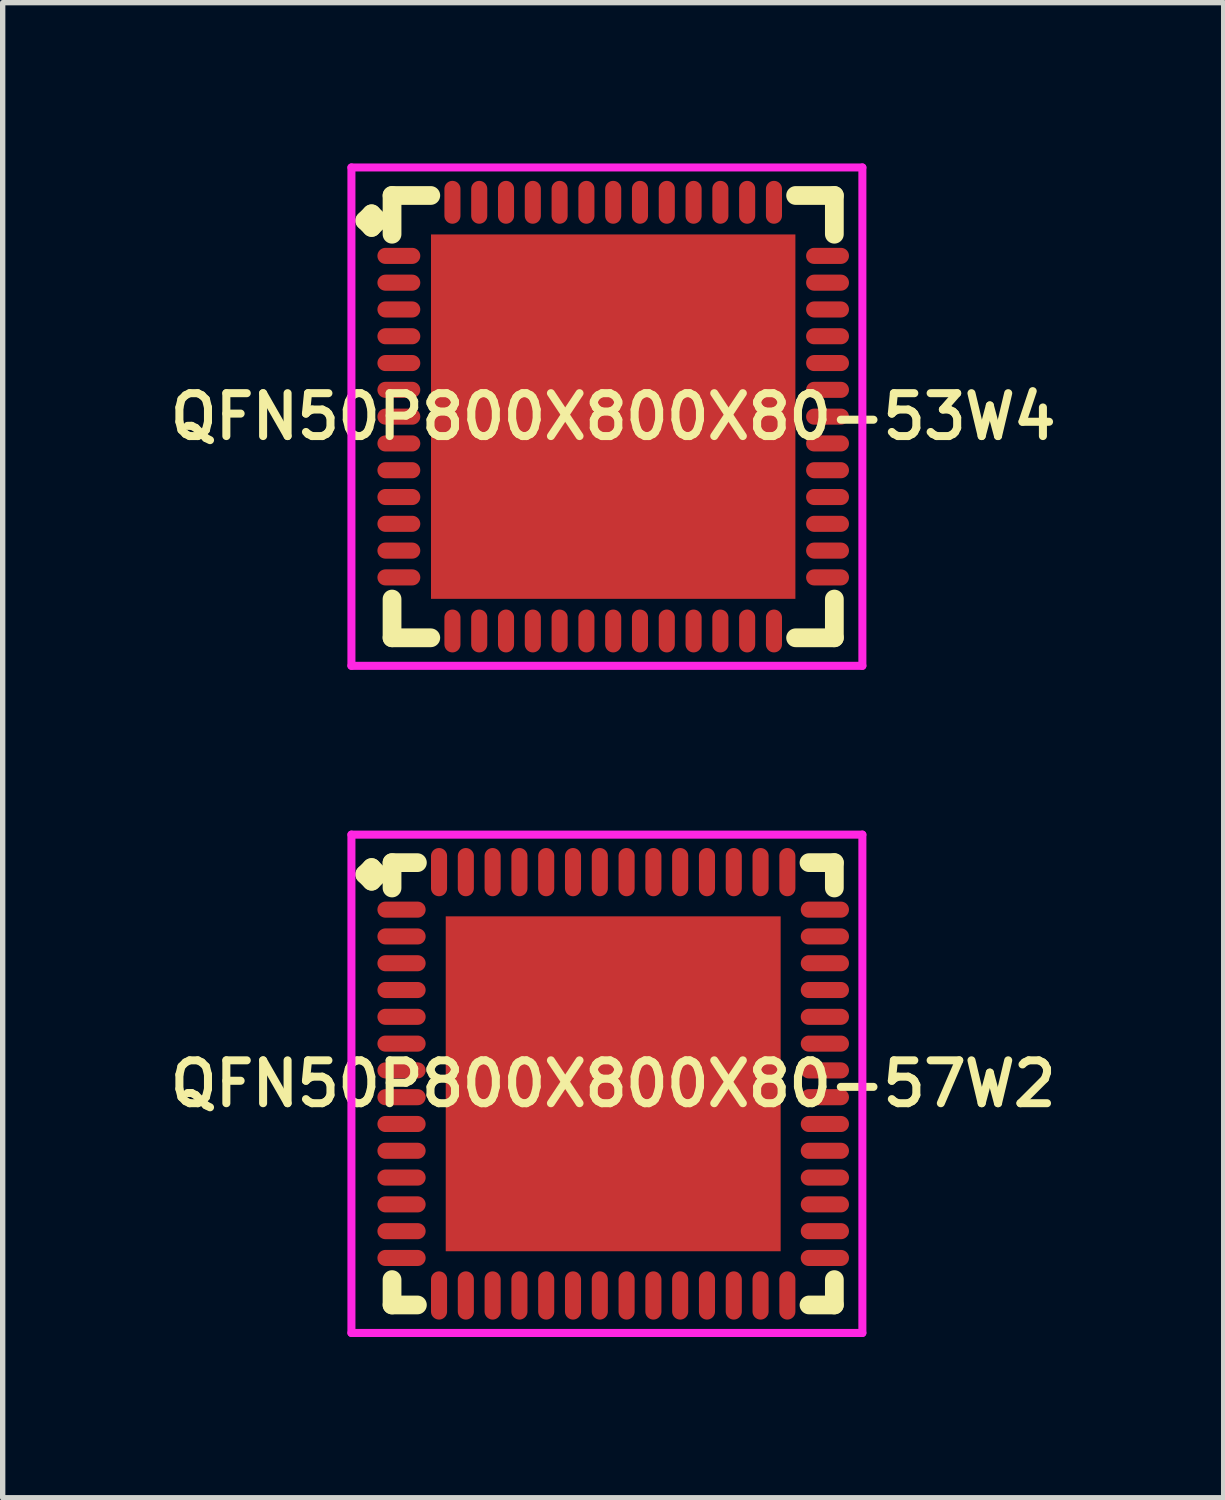
<source format=kicad_pcb>
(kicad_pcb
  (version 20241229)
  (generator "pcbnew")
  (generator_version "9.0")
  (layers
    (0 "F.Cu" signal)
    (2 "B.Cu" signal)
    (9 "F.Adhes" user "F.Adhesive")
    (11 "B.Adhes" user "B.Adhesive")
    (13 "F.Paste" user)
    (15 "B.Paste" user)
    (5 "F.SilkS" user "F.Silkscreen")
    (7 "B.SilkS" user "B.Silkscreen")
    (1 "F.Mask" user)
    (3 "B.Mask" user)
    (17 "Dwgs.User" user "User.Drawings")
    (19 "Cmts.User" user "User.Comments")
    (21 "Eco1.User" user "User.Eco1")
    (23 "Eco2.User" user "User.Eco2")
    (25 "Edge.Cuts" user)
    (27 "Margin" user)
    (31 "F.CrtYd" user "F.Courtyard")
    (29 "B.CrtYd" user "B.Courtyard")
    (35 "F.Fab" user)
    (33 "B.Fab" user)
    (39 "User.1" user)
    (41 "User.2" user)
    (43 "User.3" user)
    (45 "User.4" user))
  (footprint "QFN50P800X800X80-53W4"
    (layer "F.Cu")
    (at 8.393 4.725)
    (property "Reference" "QFN50P800X800X80-53W4" (at 0 0 0) (layer "F.SilkS") (effects (font (size 0.8 0.8) (thickness 0.15))))
    (attr smd)
    (fp_line (start -4.635 -3.658) (end -4.508 -3.785) (stroke (width 0.35) (type solid)) (layer "F.SilkS"))
    (fp_line (start -4.508 -3.785) (end -4.381 -3.658) (stroke (width 0.35) (type solid)) (layer "F.SilkS"))
    (fp_line (start -4.508 -3.531) (end -4.635 -3.658) (stroke (width 0.35) (type solid)) (layer "F.SilkS"))
    (fp_line (start -4.381 -3.658) (end -4.508 -3.531) (stroke (width 0.35) (type solid)) (layer "F.SilkS"))
    (fp_line (start -4.127 -4.127) (end -3.404 -4.127) (stroke (width 0.35) (type solid)) (layer "F.SilkS"))
    (fp_line (start -4.127 -3.404) (end -4.127 -4.127) (stroke (width 0.35) (type solid)) (layer "F.SilkS"))
    (fp_line (start -4.127 3.404) (end -4.127 4.127) (stroke (width 0.35) (type solid)) (layer "F.SilkS"))
    (fp_line (start -4.127 4.127) (end -3.404 4.127) (stroke (width 0.35) (type solid)) (layer "F.SilkS"))
    (fp_line (start 3.404 -4.127) (end 4.127 -4.127) (stroke (width 0.35) (type solid)) (layer "F.SilkS"))
    (fp_line (start 3.404 4.127) (end 4.127 4.127) (stroke (width 0.35) (type solid)) (layer "F.SilkS"))
    (fp_line (start 4.127 -4.127) (end 4.127 -3.404) (stroke (width 0.35) (type solid)) (layer "F.SilkS"))
    (fp_line (start 4.127 4.127) (end 4.127 3.404) (stroke (width 0.35) (type solid)) (layer "F.SilkS"))
    (fp_line (start -4.885 -4.65) (end 4.65 -4.65) (stroke (width 0.15) (type solid)) (layer "F.CrtYd"))
    (fp_line (start -4.885 4.65) (end -4.885 -4.65) (stroke (width 0.15) (type solid)) (layer "F.CrtYd"))
    (fp_line (start 4.65 -4.65) (end 4.65 4.65) (stroke (width 0.15) (type solid)) (layer "F.CrtYd"))
    (fp_line (start 4.65 4.65) (end -4.885 4.65) (stroke (width 0.15) (type solid)) (layer "F.CrtYd"))
    (pad "1" smd oval (at -4 -3) (size 0.8 0.3) (layers "F.Cu" "F.Mask" "F.Paste"))
    (pad "2" smd oval (at -4 -2.5) (size 0.8 0.3) (layers "F.Cu" "F.Mask" "F.Paste"))
    (pad "3" smd oval (at -4 -2) (size 0.8 0.3) (layers "F.Cu" "F.Mask" "F.Paste"))
    (pad "4" smd oval (at -4 -1.5) (size 0.8 0.3) (layers "F.Cu" "F.Mask" "F.Paste"))
    (pad "5" smd oval (at -4 -1) (size 0.8 0.3) (layers "F.Cu" "F.Mask" "F.Paste"))
    (pad "6" smd oval (at -4 -0.5) (size 0.8 0.3) (layers "F.Cu" "F.Mask" "F.Paste"))
    (pad "7" smd oval (at -4 0) (size 0.8 0.3) (layers "F.Cu" "F.Mask" "F.Paste"))
    (pad "8" smd oval (at -4 0.5) (size 0.8 0.3) (layers "F.Cu" "F.Mask" "F.Paste"))
    (pad "9" smd oval (at -4 1) (size 0.8 0.3) (layers "F.Cu" "F.Mask" "F.Paste"))
    (pad "10" smd oval (at -4 1.5) (size 0.8 0.3) (layers "F.Cu" "F.Mask" "F.Paste"))
    (pad "11" smd oval (at -4 2) (size 0.8 0.3) (layers "F.Cu" "F.Mask" "F.Paste"))
    (pad "12" smd oval (at -4 2.5) (size 0.8 0.3) (layers "F.Cu" "F.Mask" "F.Paste"))
    (pad "13" smd oval (at -4 3) (size 0.8 0.3) (layers "F.Cu" "F.Mask" "F.Paste"))
    (pad "14" smd oval (at -3 4) (size 0.3 0.8) (layers "F.Cu" "F.Mask" "F.Paste"))
    (pad "15" smd oval (at -2.5 4) (size 0.3 0.8) (layers "F.Cu" "F.Mask" "F.Paste"))
    (pad "16" smd oval (at -2 4) (size 0.3 0.8) (layers "F.Cu" "F.Mask" "F.Paste"))
    (pad "17" smd oval (at -1.5 4) (size 0.3 0.8) (layers "F.Cu" "F.Mask" "F.Paste"))
    (pad "18" smd oval (at -1 4) (size 0.3 0.8) (layers "F.Cu" "F.Mask" "F.Paste"))
    (pad "19" smd oval (at -0.5 4) (size 0.3 0.8) (layers "F.Cu" "F.Mask" "F.Paste"))
    (pad "20" smd oval (at 0 4) (size 0.3 0.8) (layers "F.Cu" "F.Mask" "F.Paste"))
    (pad "21" smd oval (at 0.5 4) (size 0.3 0.8) (layers "F.Cu" "F.Mask" "F.Paste"))
    (pad "22" smd oval (at 1 4) (size 0.3 0.8) (layers "F.Cu" "F.Mask" "F.Paste"))
    (pad "23" smd oval (at 1.5 4) (size 0.3 0.8) (layers "F.Cu" "F.Mask" "F.Paste"))
    (pad "24" smd oval (at 2 4) (size 0.3 0.8) (layers "F.Cu" "F.Mask" "F.Paste"))
    (pad "25" smd oval (at 2.5 4) (size 0.3 0.8) (layers "F.Cu" "F.Mask" "F.Paste"))
    (pad "26" smd oval (at 3 4) (size 0.3 0.8) (layers "F.Cu" "F.Mask" "F.Paste"))
    (pad "27" smd oval (at 4 3) (size 0.8 0.3) (layers "F.Cu" "F.Mask" "F.Paste"))
    (pad "28" smd oval (at 4 2.5) (size 0.8 0.3) (layers "F.Cu" "F.Mask" "F.Paste"))
    (pad "29" smd oval (at 4 2) (size 0.8 0.3) (layers "F.Cu" "F.Mask" "F.Paste"))
    (pad "30" smd oval (at 4 1.5) (size 0.8 0.3) (layers "F.Cu" "F.Mask" "F.Paste"))
    (pad "31" smd oval (at 4 1) (size 0.8 0.3) (layers "F.Cu" "F.Mask" "F.Paste"))
    (pad "32" smd oval (at 4 0.5) (size 0.8 0.3) (layers "F.Cu" "F.Mask" "F.Paste"))
    (pad "33" smd oval (at 4 0) (size 0.8 0.3) (layers "F.Cu" "F.Mask" "F.Paste"))
    (pad "34" smd oval (at 4 -0.5) (size 0.8 0.3) (layers "F.Cu" "F.Mask" "F.Paste"))
    (pad "35" smd oval (at 4 -1) (size 0.8 0.3) (layers "F.Cu" "F.Mask" "F.Paste"))
    (pad "36" smd oval (at 4 -1.5) (size 0.8 0.3) (layers "F.Cu" "F.Mask" "F.Paste"))
    (pad "37" smd oval (at 4 -2) (size 0.8 0.3) (layers "F.Cu" "F.Mask" "F.Paste"))
    (pad "38" smd oval (at 4 -2.5) (size 0.8 0.3) (layers "F.Cu" "F.Mask" "F.Paste"))
    (pad "39" smd oval (at 4 -3) (size 0.8 0.3) (layers "F.Cu" "F.Mask" "F.Paste"))
    (pad "40" smd oval (at 3 -4) (size 0.3 0.8) (layers "F.Cu" "F.Mask" "F.Paste"))
    (pad "41" smd oval (at 2.5 -4) (size 0.3 0.8) (layers "F.Cu" "F.Mask" "F.Paste"))
    (pad "42" smd oval (at 2 -4) (size 0.3 0.8) (layers "F.Cu" "F.Mask" "F.Paste"))
    (pad "43" smd oval (at 1.5 -4) (size 0.3 0.8) (layers "F.Cu" "F.Mask" "F.Paste"))
    (pad "44" smd oval (at 1 -4) (size 0.3 0.8) (layers "F.Cu" "F.Mask" "F.Paste"))
    (pad "45" smd oval (at 0.5 -4) (size 0.3 0.8) (layers "F.Cu" "F.Mask" "F.Paste"))
    (pad "46" smd oval (at 0 -4) (size 0.3 0.8) (layers "F.Cu" "F.Mask" "F.Paste"))
    (pad "47" smd oval (at -0.5 -4) (size 0.3 0.8) (layers "F.Cu" "F.Mask" "F.Paste"))
    (pad "48" smd oval (at -1 -4) (size 0.3 0.8) (layers "F.Cu" "F.Mask" "F.Paste"))
    (pad "49" smd oval (at -1.5 -4) (size 0.3 0.8) (layers "F.Cu" "F.Mask" "F.Paste"))
    (pad "50" smd oval (at -2 -4) (size 0.3 0.8) (layers "F.Cu" "F.Mask" "F.Paste"))
    (pad "51" smd oval (at -2.5 -4) (size 0.3 0.8) (layers "F.Cu" "F.Mask" "F.Paste"))
    (pad "52" smd oval (at -3 -4) (size 0.3 0.8) (layers "F.Cu" "F.Mask" "F.Paste"))
    (pad "53" smd rect (at 0 0) (size 6.8 6.8) (layers "F.Cu" "F.Mask" "F.Paste")))
  (footprint "QFN50P800X800X80-57W2"
    (layer "F.Cu")
    (at 8.393 17.175)
    (property "Reference" "QFN50P800X800X80-57W2" (at 0 0 0) (layer "F.SilkS") (effects (font (size 0.8 0.8) (thickness 0.15))))
    (attr smd)
    (fp_line (start -4.635 -3.908) (end -4.508 -4.035) (stroke (width 0.35) (type solid)) (layer "F.SilkS"))
    (fp_line (start -4.508 -4.035) (end -4.381 -3.908) (stroke (width 0.35) (type solid)) (layer "F.SilkS"))
    (fp_line (start -4.508 -3.781) (end -4.635 -3.908) (stroke (width 0.35) (type solid)) (layer "F.SilkS"))
    (fp_line (start -4.381 -3.908) (end -4.508 -3.781) (stroke (width 0.35) (type solid)) (layer "F.SilkS"))
    (fp_line (start -4.127 -4.127) (end -3.654 -4.127) (stroke (width 0.35) (type solid)) (layer "F.SilkS"))
    (fp_line (start -4.127 -3.654) (end -4.127 -4.127) (stroke (width 0.35) (type solid)) (layer "F.SilkS"))
    (fp_line (start -4.127 3.654) (end -4.127 4.127) (stroke (width 0.35) (type solid)) (layer "F.SilkS"))
    (fp_line (start -4.127 4.127) (end -3.654 4.127) (stroke (width 0.35) (type solid)) (layer "F.SilkS"))
    (fp_line (start 3.654 -4.127) (end 4.127 -4.127) (stroke (width 0.35) (type solid)) (layer "F.SilkS"))
    (fp_line (start 3.654 4.127) (end 4.127 4.127) (stroke (width 0.35) (type solid)) (layer "F.SilkS"))
    (fp_line (start 4.127 -4.127) (end 4.127 -3.654) (stroke (width 0.35) (type solid)) (layer "F.SilkS"))
    (fp_line (start 4.127 4.127) (end 4.127 3.654) (stroke (width 0.35) (type solid)) (layer "F.SilkS"))
    (fp_line (start -4.885 -4.65) (end 4.65 -4.65) (stroke (width 0.15) (type solid)) (layer "F.CrtYd"))
    (fp_line (start -4.885 4.65) (end -4.885 -4.65) (stroke (width 0.15) (type solid)) (layer "F.CrtYd"))
    (fp_line (start 4.65 -4.65) (end 4.65 4.65) (stroke (width 0.15) (type solid)) (layer "F.CrtYd"))
    (fp_line (start 4.65 4.65) (end -4.885 4.65) (stroke (width 0.15) (type solid)) (layer "F.CrtYd"))
    (pad "1" smd oval (at -3.95 -3.25) (size 0.9 0.3) (layers "F.Cu" "F.Mask" "F.Paste"))
    (pad "2" smd oval (at -3.95 -2.75) (size 0.9 0.3) (layers "F.Cu" "F.Mask" "F.Paste"))
    (pad "3" smd oval (at -3.95 -2.25) (size 0.9 0.3) (layers "F.Cu" "F.Mask" "F.Paste"))
    (pad "4" smd oval (at -3.95 -1.75) (size 0.9 0.3) (layers "F.Cu" "F.Mask" "F.Paste"))
    (pad "5" smd oval (at -3.95 -1.25) (size 0.9 0.3) (layers "F.Cu" "F.Mask" "F.Paste"))
    (pad "6" smd oval (at -3.95 -0.75) (size 0.9 0.3) (layers "F.Cu" "F.Mask" "F.Paste"))
    (pad "7" smd oval (at -3.95 -0.25) (size 0.9 0.3) (layers "F.Cu" "F.Mask" "F.Paste"))
    (pad "8" smd oval (at -3.95 0.25) (size 0.9 0.3) (layers "F.Cu" "F.Mask" "F.Paste"))
    (pad "9" smd oval (at -3.95 0.75) (size 0.9 0.3) (layers "F.Cu" "F.Mask" "F.Paste"))
    (pad "10" smd oval (at -3.95 1.25) (size 0.9 0.3) (layers "F.Cu" "F.Mask" "F.Paste"))
    (pad "11" smd oval (at -3.95 1.75) (size 0.9 0.3) (layers "F.Cu" "F.Mask" "F.Paste"))
    (pad "12" smd oval (at -3.95 2.25) (size 0.9 0.3) (layers "F.Cu" "F.Mask" "F.Paste"))
    (pad "13" smd oval (at -3.95 2.75) (size 0.9 0.3) (layers "F.Cu" "F.Mask" "F.Paste"))
    (pad "14" smd oval (at -3.95 3.25) (size 0.9 0.3) (layers "F.Cu" "F.Mask" "F.Paste"))
    (pad "15" smd oval (at -3.25 3.95) (size 0.3 0.9) (layers "F.Cu" "F.Mask" "F.Paste"))
    (pad "16" smd oval (at -2.75 3.95) (size 0.3 0.9) (layers "F.Cu" "F.Mask" "F.Paste"))
    (pad "17" smd oval (at -2.25 3.95) (size 0.3 0.9) (layers "F.Cu" "F.Mask" "F.Paste"))
    (pad "18" smd oval (at -1.75 3.95) (size 0.3 0.9) (layers "F.Cu" "F.Mask" "F.Paste"))
    (pad "19" smd oval (at -1.25 3.95) (size 0.3 0.9) (layers "F.Cu" "F.Mask" "F.Paste"))
    (pad "20" smd oval (at -0.75 3.95) (size 0.3 0.9) (layers "F.Cu" "F.Mask" "F.Paste"))
    (pad "21" smd oval (at -0.25 3.95) (size 0.3 0.9) (layers "F.Cu" "F.Mask" "F.Paste"))
    (pad "22" smd oval (at 0.25 3.95) (size 0.3 0.9) (layers "F.Cu" "F.Mask" "F.Paste"))
    (pad "23" smd oval (at 0.75 3.95) (size 0.3 0.9) (layers "F.Cu" "F.Mask" "F.Paste"))
    (pad "24" smd oval (at 1.25 3.95) (size 0.3 0.9) (layers "F.Cu" "F.Mask" "F.Paste"))
    (pad "25" smd oval (at 1.75 3.95) (size 0.3 0.9) (layers "F.Cu" "F.Mask" "F.Paste"))
    (pad "26" smd oval (at 2.25 3.95) (size 0.3 0.9) (layers "F.Cu" "F.Mask" "F.Paste"))
    (pad "27" smd oval (at 2.75 3.95) (size 0.3 0.9) (layers "F.Cu" "F.Mask" "F.Paste"))
    (pad "28" smd oval (at 3.25 3.95) (size 0.3 0.9) (layers "F.Cu" "F.Mask" "F.Paste"))
    (pad "29" smd oval (at 3.95 3.25) (size 0.9 0.3) (layers "F.Cu" "F.Mask" "F.Paste"))
    (pad "30" smd oval (at 3.95 2.75) (size 0.9 0.3) (layers "F.Cu" "F.Mask" "F.Paste"))
    (pad "31" smd oval (at 3.95 2.25) (size 0.9 0.3) (layers "F.Cu" "F.Mask" "F.Paste"))
    (pad "32" smd oval (at 3.95 1.75) (size 0.9 0.3) (layers "F.Cu" "F.Mask" "F.Paste"))
    (pad "33" smd oval (at 3.95 1.25) (size 0.9 0.3) (layers "F.Cu" "F.Mask" "F.Paste"))
    (pad "34" smd oval (at 3.95 0.75) (size 0.9 0.3) (layers "F.Cu" "F.Mask" "F.Paste"))
    (pad "35" smd oval (at 3.95 0.25) (size 0.9 0.3) (layers "F.Cu" "F.Mask" "F.Paste"))
    (pad "36" smd oval (at 3.95 -0.25) (size 0.9 0.3) (layers "F.Cu" "F.Mask" "F.Paste"))
    (pad "37" smd oval (at 3.95 -0.75) (size 0.9 0.3) (layers "F.Cu" "F.Mask" "F.Paste"))
    (pad "38" smd oval (at 3.95 -1.25) (size 0.9 0.3) (layers "F.Cu" "F.Mask" "F.Paste"))
    (pad "39" smd oval (at 3.95 -1.75) (size 0.9 0.3) (layers "F.Cu" "F.Mask" "F.Paste"))
    (pad "40" smd oval (at 3.95 -2.25) (size 0.9 0.3) (layers "F.Cu" "F.Mask" "F.Paste"))
    (pad "41" smd oval (at 3.95 -2.75) (size 0.9 0.3) (layers "F.Cu" "F.Mask" "F.Paste"))
    (pad "42" smd oval (at 3.95 -3.25) (size 0.9 0.3) (layers "F.Cu" "F.Mask" "F.Paste"))
    (pad "43" smd oval (at 3.25 -3.95) (size 0.3 0.9) (layers "F.Cu" "F.Mask" "F.Paste"))
    (pad "44" smd oval (at 2.75 -3.95) (size 0.3 0.9) (layers "F.Cu" "F.Mask" "F.Paste"))
    (pad "45" smd oval (at 2.25 -3.95) (size 0.3 0.9) (layers "F.Cu" "F.Mask" "F.Paste"))
    (pad "46" smd oval (at 1.75 -3.95) (size 0.3 0.9) (layers "F.Cu" "F.Mask" "F.Paste"))
    (pad "47" smd oval (at 1.25 -3.95) (size 0.3 0.9) (layers "F.Cu" "F.Mask" "F.Paste"))
    (pad "48" smd oval (at 0.75 -3.95) (size 0.3 0.9) (layers "F.Cu" "F.Mask" "F.Paste"))
    (pad "49" smd oval (at 0.25 -3.95) (size 0.3 0.9) (layers "F.Cu" "F.Mask" "F.Paste"))
    (pad "50" smd oval (at -0.25 -3.95) (size 0.3 0.9) (layers "F.Cu" "F.Mask" "F.Paste"))
    (pad "51" smd oval (at -0.75 -3.95) (size 0.3 0.9) (layers "F.Cu" "F.Mask" "F.Paste"))
    (pad "52" smd oval (at -1.25 -3.95) (size 0.3 0.9) (layers "F.Cu" "F.Mask" "F.Paste"))
    (pad "53" smd oval (at -1.75 -3.95) (size 0.3 0.9) (layers "F.Cu" "F.Mask" "F.Paste"))
    (pad "54" smd oval (at -2.25 -3.95) (size 0.3 0.9) (layers "F.Cu" "F.Mask" "F.Paste"))
    (pad "55" smd oval (at -2.75 -3.95) (size 0.3 0.9) (layers "F.Cu" "F.Mask" "F.Paste"))
    (pad "56" smd oval (at -3.25 -3.95) (size 0.3 0.9) (layers "F.Cu" "F.Mask" "F.Paste"))
    (pad "57" smd rect (at 0 0) (size 6.25 6.25) (layers "F.Cu" "F.Mask" "F.Paste")))
  (gr_rect
    (start -3 -3)
    (end 19.785 24.9)
    (stroke (width 0.1) (type default))
    (fill no)
    (layer "Edge.Cuts")))
</source>
